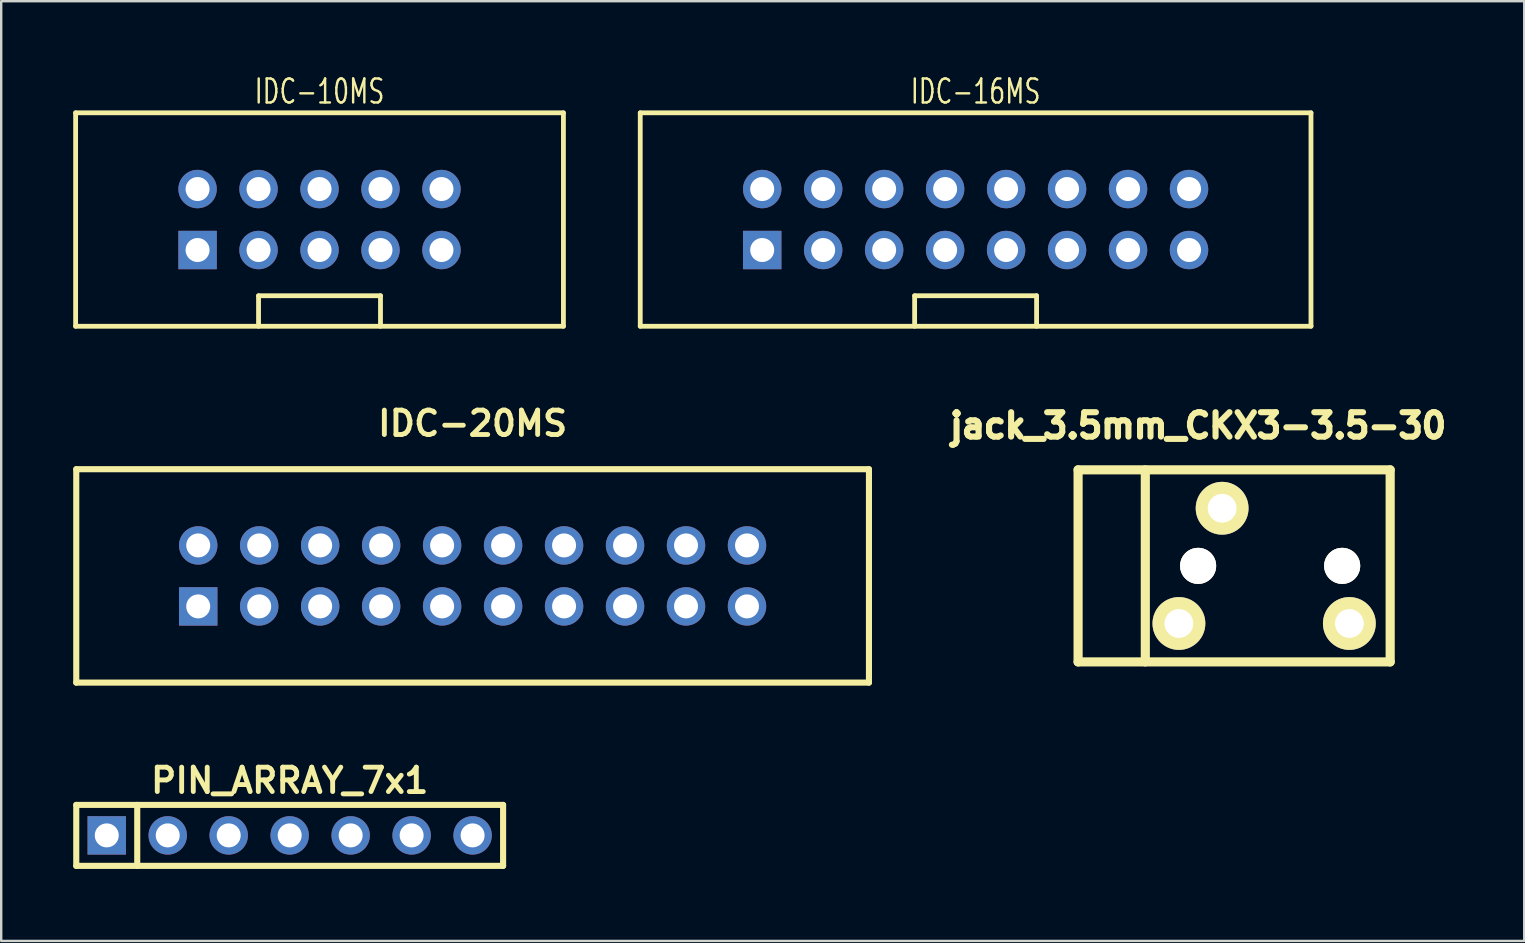
<source format=kicad_pcb>
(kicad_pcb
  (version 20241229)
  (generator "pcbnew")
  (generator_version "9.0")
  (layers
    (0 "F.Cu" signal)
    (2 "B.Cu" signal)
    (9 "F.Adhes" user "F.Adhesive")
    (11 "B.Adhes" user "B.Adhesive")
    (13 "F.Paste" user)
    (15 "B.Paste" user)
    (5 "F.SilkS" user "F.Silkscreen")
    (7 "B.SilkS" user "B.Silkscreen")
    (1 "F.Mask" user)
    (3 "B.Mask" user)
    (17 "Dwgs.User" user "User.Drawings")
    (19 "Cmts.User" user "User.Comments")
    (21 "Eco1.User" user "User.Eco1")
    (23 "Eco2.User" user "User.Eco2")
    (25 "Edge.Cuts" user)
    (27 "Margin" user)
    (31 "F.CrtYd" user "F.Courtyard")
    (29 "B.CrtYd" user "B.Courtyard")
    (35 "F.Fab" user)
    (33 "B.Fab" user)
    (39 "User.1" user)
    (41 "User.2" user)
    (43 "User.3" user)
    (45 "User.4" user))
  (footprint "IDC-20MS"
    (layer "F.Cu")
    (at 16.637 20.94)
    (property "Reference" "IDC-20MS" (at 0 -6.35 0) (layer "F.SilkS") (effects (font (size 1.016 1.016) (thickness 0.203))))
    (attr through_hole)
    (fp_line (start -16.51 4.445) (end -16.51 -4.445) (stroke (width 0.254) (type solid)) (layer "F.SilkS"))
    (fp_line (start 16.51 -4.445) (end -16.51 -4.445) (stroke (width 0.254) (type solid)) (layer "F.SilkS"))
    (fp_line (start 16.51 4.445) (end -16.51 4.445) (stroke (width 0.254) (type solid)) (layer "F.SilkS"))
    (fp_line (start 16.51 4.445) (end 16.51 -4.445) (stroke (width 0.254) (type solid)) (layer "F.SilkS"))
    (pad "1" thru_hole rect (at -11.43 1.27) (size 1.6 1.6) (drill 1) (layers "*.Cu" "*.Mask"))
    (pad "2" thru_hole circle (at -11.43 -1.27) (size 1.6 1.6) (drill 1) (layers "*.Cu" "*.Mask"))
    (pad "3" thru_hole circle (at -8.89 1.27) (size 1.6 1.6) (drill 1) (layers "*.Cu" "*.Mask"))
    (pad "4" thru_hole circle (at -8.89 -1.27) (size 1.6 1.6) (drill 1) (layers "*.Cu" "*.Mask"))
    (pad "5" thru_hole circle (at -6.35 1.27) (size 1.6 1.6) (drill 1) (layers "*.Cu" "*.Mask"))
    (pad "6" thru_hole circle (at -6.35 -1.27) (size 1.6 1.6) (drill 1) (layers "*.Cu" "*.Mask"))
    (pad "7" thru_hole circle (at -3.81 1.27) (size 1.6 1.6) (drill 1) (layers "*.Cu" "*.Mask"))
    (pad "8" thru_hole circle (at -3.81 -1.27) (size 1.6 1.6) (drill 1) (layers "*.Cu" "*.Mask"))
    (pad "9" thru_hole circle (at -1.27 1.27) (size 1.6 1.6) (drill 1) (layers "*.Cu" "*.Mask"))
    (pad "10" thru_hole circle (at -1.27 -1.27) (size 1.6 1.6) (drill 1) (layers "*.Cu" "*.Mask"))
    (pad "11" thru_hole circle (at 1.27 1.27) (size 1.6 1.6) (drill 1) (layers "*.Cu" "*.Mask"))
    (pad "12" thru_hole circle (at 1.27 -1.27) (size 1.6 1.6) (drill 1) (layers "*.Cu" "*.Mask"))
    (pad "13" thru_hole circle (at 3.81 1.27) (size 1.6 1.6) (drill 1) (layers "*.Cu" "*.Mask"))
    (pad "14" thru_hole circle (at 3.81 -1.27) (size 1.6 1.6) (drill 1) (layers "*.Cu" "*.Mask"))
    (pad "15" thru_hole circle (at 6.35 1.27) (size 1.6 1.6) (drill 1) (layers "*.Cu" "*.Mask"))
    (pad "16" thru_hole circle (at 6.35 -1.27) (size 1.6 1.6) (drill 1) (layers "*.Cu" "*.Mask"))
    (pad "17" thru_hole circle (at 8.89 1.27) (size 1.6 1.6) (drill 1) (layers "*.Cu" "*.Mask"))
    (pad "18" thru_hole circle (at 8.89 -1.27) (size 1.6 1.6) (drill 1) (layers "*.Cu" "*.Mask"))
    (pad "19" thru_hole circle (at 11.43 1.27) (size 1.6 1.6) (drill 1) (layers "*.Cu" "*.Mask"))
    (pad "20" thru_hole circle (at 11.43 -1.27) (size 1.6 1.6) (drill 1) (layers "*.Cu" "*.Mask")))
  (footprint "jack_3.5mm_CKX3-3.5-30"
    (layer "F.Cu")
    (at 46.859 20.522)
    (property "Reference" "jack_3.5mm_CKX3-3.5-30" (at 0 -5.842 0) (layer "F.SilkS") (effects (font (size 1.016 1.016) (thickness 0.254))))
    (attr through_hole)
    (fp_line (start -5 -4) (end -5 4) (stroke (width 0.381) (type solid)) (layer "F.SilkS"))
    (fp_line (start -5 -4) (end 8 -4) (stroke (width 0.381) (type solid)) (layer "F.SilkS"))
    (fp_line (start -5 4) (end 8 4) (stroke (width 0.381) (type solid)) (layer "F.SilkS"))
    (fp_line (start -2.2 -4) (end -2.2 4) (stroke (width 0.381) (type solid)) (layer "F.SilkS"))
    (fp_line (start 8 -4) (end 8 4) (stroke (width 0.381) (type solid)) (layer "F.SilkS"))
    (pad "" thru_hole circle (at 0 0) (size 1.5 1.5) (drill 1.5) (layers "*.Cu" "*.Mask" "F.SilkS"))
    (pad "" thru_hole circle (at 6 0) (size 1.5 1.5) (drill 1.5) (layers "*.Cu" "*.Mask" "F.SilkS"))
    (pad "1" thru_hole oval (at 6.3 2.4) (size 2.2 2.2) (drill oval 1.2) (layers "*.Cu" "*.Mask" "F.SilkS"))
    (pad "2" thru_hole oval (at -0.8 2.4) (size 2.2 2.2) (drill oval 1.2) (layers "*.Cu" "*.Mask" "F.SilkS"))
    (pad "3" thru_hole oval (at 1 -2.4) (size 2.2 2.2) (drill oval 1.2) (layers "*.Cu" "*.Mask" "F.SilkS")))
  (footprint "PIN_ARRAY_7x1"
    (layer "F.Cu")
    (at 9.017 31.749)
    (property "Reference" "PIN_ARRAY_7x1" (at 0 -2.286 0) (layer "F.SilkS") (effects (font (size 1.016 1.016) (thickness 0.203))))
    (attr through_hole)
    (fp_line (start -8.89 -1.27) (end -8.89 1.27) (stroke (width 0.254) (type solid)) (layer "F.SilkS"))
    (fp_line (start -8.89 -1.27) (end 8.89 -1.27) (stroke (width 0.254) (type solid)) (layer "F.SilkS"))
    (fp_line (start -6.35 -1.27) (end -6.35 1.27) (stroke (width 0.254) (type solid)) (layer "F.SilkS"))
    (fp_line (start 8.89 -1.27) (end 8.89 1.27) (stroke (width 0.254) (type solid)) (layer "F.SilkS"))
    (fp_line (start 8.89 1.27) (end -8.89 1.27) (stroke (width 0.254) (type solid)) (layer "F.SilkS"))
    (pad "1" thru_hole rect (at -7.62 0) (size 1.6 1.6) (drill 1) (layers "*.Cu" "*.Mask"))
    (pad "2" thru_hole circle (at -5.08 0) (size 1.6 1.6) (drill 1) (layers "*.Cu" "*.Mask"))
    (pad "3" thru_hole circle (at -2.54 0) (size 1.6 1.6) (drill 1) (layers "*.Cu" "*.Mask"))
    (pad "4" thru_hole circle (at 0 0) (size 1.6 1.6) (drill 1) (layers "*.Cu" "*.Mask"))
    (pad "5" thru_hole circle (at 2.54 0) (size 1.6 1.6) (drill 1) (layers "*.Cu" "*.Mask"))
    (pad "6" thru_hole circle (at 5.08 0) (size 1.6 1.6) (drill 1) (layers "*.Cu" "*.Mask"))
    (pad "7" thru_hole circle (at 7.62 0) (size 1.6 1.6) (drill 1) (layers "*.Cu" "*.Mask")))
  (footprint "IDC-16MS"
    (layer "F.Cu")
    (at 37.59 6.095)
    (property "Reference" "IDC-16MS" (at 0 -5.334 0) (layer "F.SilkS") (effects (font (size 1 0.7) (thickness 0.1))))
    (attr through_hole)
    (fp_line (start -13.97 4.445) (end -13.97 -4.445) (stroke (width 0.2) (type solid)) (layer "F.SilkS"))
    (fp_line (start -13.97 4.445) (end 13.97 4.445) (stroke (width 0.2) (type solid)) (layer "F.SilkS"))
    (fp_line (start -2.54 3.175) (end 2.54 3.175) (stroke (width 0.2) (type solid)) (layer "F.SilkS"))
    (fp_line (start -2.54 4.445) (end -2.54 3.175) (stroke (width 0.2) (type solid)) (layer "F.SilkS"))
    (fp_line (start 2.54 3.175) (end 2.54 4.445) (stroke (width 0.2) (type solid)) (layer "F.SilkS"))
    (fp_line (start 13.97 -4.445) (end -13.97 -4.445) (stroke (width 0.2) (type solid)) (layer "F.SilkS"))
    (fp_line (start 13.97 4.445) (end 13.97 -4.445) (stroke (width 0.2) (type solid)) (layer "F.SilkS"))
    (pad "1" thru_hole rect (at -8.89 1.27) (size 1.6 1.6) (drill 1) (layers "*.Cu" "*.Mask"))
    (pad "2" thru_hole circle (at -8.89 -1.27) (size 1.6 1.6) (drill 1) (layers "*.Cu" "*.Mask"))
    (pad "3" thru_hole circle (at -6.35 1.27) (size 1.6 1.6) (drill 1) (layers "*.Cu" "*.Mask"))
    (pad "4" thru_hole circle (at -6.35 -1.27) (size 1.6 1.6) (drill 1) (layers "*.Cu" "*.Mask"))
    (pad "5" thru_hole circle (at -3.81 1.27) (size 1.6 1.6) (drill 1) (layers "*.Cu" "*.Mask"))
    (pad "6" thru_hole circle (at -3.81 -1.27) (size 1.6 1.6) (drill 1) (layers "*.Cu" "*.Mask"))
    (pad "7" thru_hole circle (at -1.27 1.27) (size 1.6 1.6) (drill 1) (layers "*.Cu" "*.Mask"))
    (pad "8" thru_hole circle (at -1.27 -1.27) (size 1.6 1.6) (drill 1) (layers "*.Cu" "*.Mask"))
    (pad "9" thru_hole circle (at 1.27 1.27) (size 1.6 1.6) (drill 1) (layers "*.Cu" "*.Mask"))
    (pad "10" thru_hole circle (at 1.27 -1.27) (size 1.6 1.6) (drill 1) (layers "*.Cu" "*.Mask"))
    (pad "11" thru_hole circle (at 3.81 1.27) (size 1.6 1.6) (drill 1) (layers "*.Cu" "*.Mask"))
    (pad "12" thru_hole circle (at 3.81 -1.27) (size 1.6 1.6) (drill 1) (layers "*.Cu" "*.Mask"))
    (pad "13" thru_hole circle (at 6.35 1.27) (size 1.6 1.6) (drill 1) (layers "*.Cu" "*.Mask"))
    (pad "14" thru_hole circle (at 6.35 -1.27) (size 1.6 1.6) (drill 1) (layers "*.Cu" "*.Mask"))
    (pad "15" thru_hole circle (at 8.89 1.27) (size 1.6 1.6) (drill 1) (layers "*.Cu" "*.Mask"))
    (pad "16" thru_hole circle (at 8.89 -1.27) (size 1.6 1.6) (drill 1) (layers "*.Cu" "*.Mask")))
  (footprint "IDC-10MS"
    (layer "F.Cu")
    (at 10.26 6.095)
    (property "Reference" "IDC-10MS" (at 0 -5.334 0) (layer "F.SilkS") (effects (font (size 1 0.7) (thickness 0.1))))
    (attr through_hole)
    (fp_line (start -10.16 -4.445) (end 10.16 -4.445) (stroke (width 0.2) (type solid)) (layer "F.SilkS"))
    (fp_line (start -10.16 4.445) (end -10.16 -4.445) (stroke (width 0.2) (type solid)) (layer "F.SilkS"))
    (fp_line (start -2.54 3.175) (end 2.54 3.175) (stroke (width 0.2) (type solid)) (layer "F.SilkS"))
    (fp_line (start -2.54 4.445) (end -2.54 3.175) (stroke (width 0.2) (type solid)) (layer "F.SilkS"))
    (fp_line (start 2.54 3.175) (end 2.54 4.445) (stroke (width 0.2) (type solid)) (layer "F.SilkS"))
    (fp_line (start 10.16 -4.445) (end 10.16 4.445) (stroke (width 0.2) (type solid)) (layer "F.SilkS"))
    (fp_line (start 10.16 4.445) (end -10.16 4.445) (stroke (width 0.2) (type solid)) (layer "F.SilkS"))
    (pad "1" thru_hole rect (at -5.08 1.27) (size 1.6 1.6) (drill 1) (layers "*.Cu" "*.Mask"))
    (pad "2" thru_hole circle (at -5.08 -1.27) (size 1.6 1.6) (drill 1) (layers "*.Cu" "*.Mask"))
    (pad "3" thru_hole circle (at -2.54 1.27) (size 1.6 1.6) (drill 1) (layers "*.Cu" "*.Mask"))
    (pad "4" thru_hole circle (at -2.54 -1.27) (size 1.6 1.6) (drill 1) (layers "*.Cu" "*.Mask"))
    (pad "5" thru_hole circle (at 0 1.27) (size 1.6 1.6) (drill 1) (layers "*.Cu" "*.Mask"))
    (pad "6" thru_hole circle (at 0 -1.27) (size 1.6 1.6) (drill 1) (layers "*.Cu" "*.Mask"))
    (pad "7" thru_hole circle (at 2.54 1.27) (size 1.6 1.6) (drill 1) (layers "*.Cu" "*.Mask"))
    (pad "8" thru_hole circle (at 2.54 -1.27) (size 1.6 1.6) (drill 1) (layers "*.Cu" "*.Mask"))
    (pad "9" thru_hole circle (at 5.08 1.27) (size 1.6 1.6) (drill 1) (layers "*.Cu" "*.Mask"))
    (pad "10" thru_hole circle (at 5.08 -1.27) (size 1.6 1.6) (drill 1) (layers "*.Cu" "*.Mask")))
  (gr_rect
    (start -3 -3)
    (end 60.443 36.146)
    (stroke (width 0.1) (type default))
    (fill no)
    (layer "Edge.Cuts")))
</source>
